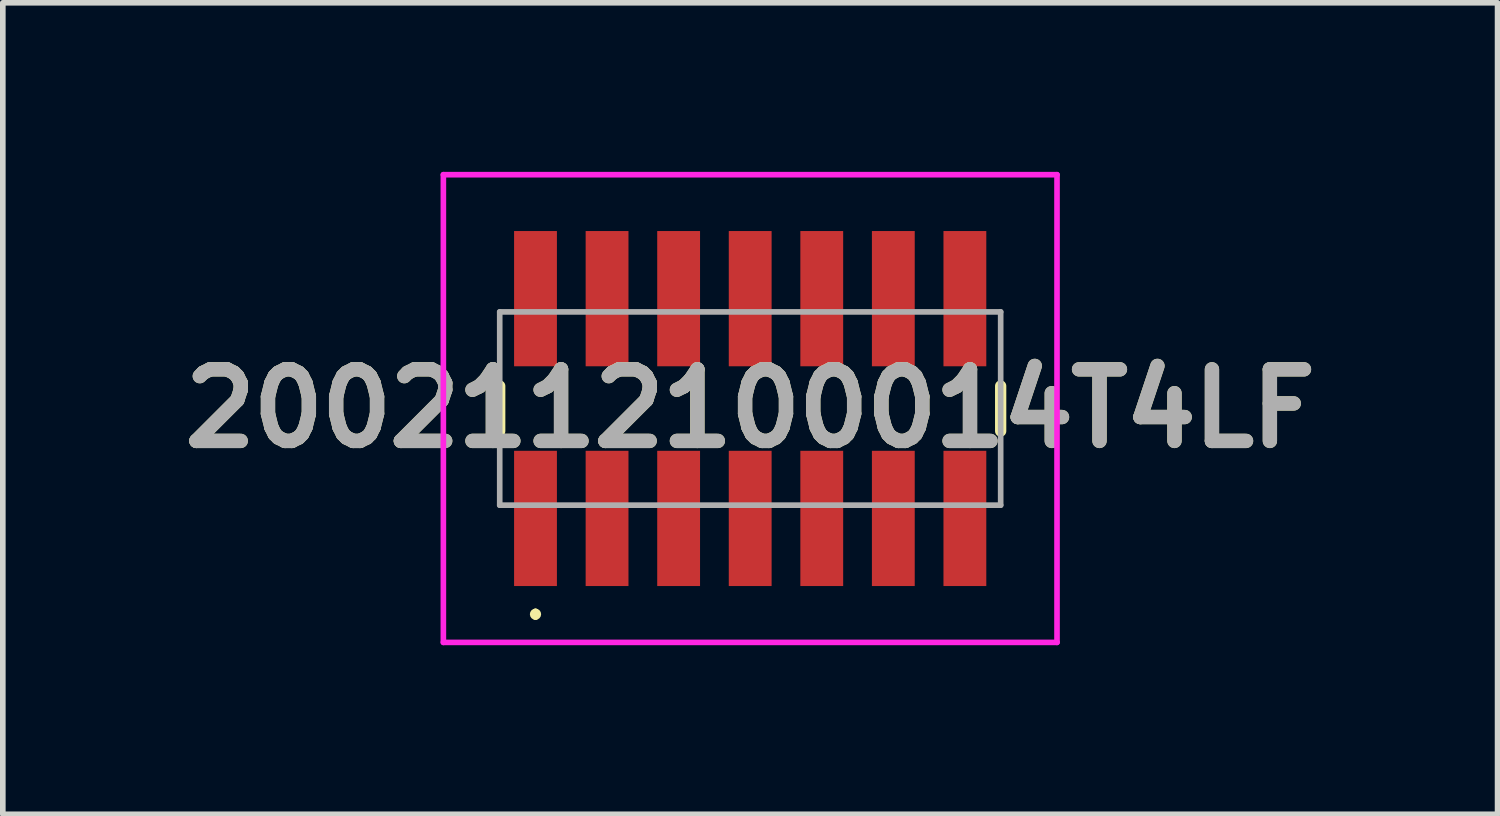
<source format=kicad_pcb>
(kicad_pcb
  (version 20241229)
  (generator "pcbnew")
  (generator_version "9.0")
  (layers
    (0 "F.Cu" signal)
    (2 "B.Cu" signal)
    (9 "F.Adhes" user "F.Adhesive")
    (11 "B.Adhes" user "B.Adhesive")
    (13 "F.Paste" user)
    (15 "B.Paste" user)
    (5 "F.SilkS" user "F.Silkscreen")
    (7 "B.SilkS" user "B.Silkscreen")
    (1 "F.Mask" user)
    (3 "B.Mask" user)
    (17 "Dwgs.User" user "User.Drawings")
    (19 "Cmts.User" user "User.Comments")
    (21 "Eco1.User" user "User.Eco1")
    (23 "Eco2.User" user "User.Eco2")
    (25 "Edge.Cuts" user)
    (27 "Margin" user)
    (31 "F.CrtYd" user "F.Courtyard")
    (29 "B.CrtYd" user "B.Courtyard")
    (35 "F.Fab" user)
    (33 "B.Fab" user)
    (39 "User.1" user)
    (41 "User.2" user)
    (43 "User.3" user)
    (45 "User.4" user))
  (footprint "2002112100014T4LF"
    (layer "F.Cu")
    (at 10.263 4.2)
    (property "Reference" "2002112100014T4LF" (at 0 0 0) (layer "F.SilkS") (effects (font (size 1.27 1.27) (thickness 0.254))))
    (attr smd)
    (fp_line (start -4.445 -0.4) (end -4.445 0.4) (stroke (width 0.2) (type solid)) (layer "F.SilkS"))
    (fp_line (start -3.81 3.6) (end -3.81 3.6) (stroke (width 0.1) (type solid)) (layer "F.SilkS"))
    (fp_line (start -3.81 3.7) (end -3.81 3.7) (stroke (width 0.1) (type solid)) (layer "F.SilkS"))
    (fp_line (start 4.445 -0.4) (end 4.445 0.4) (stroke (width 0.2) (type solid)) (layer "F.SilkS"))
    (fp_arc (start -3.81 3.6) (mid -3.76 3.65) (end -3.81 3.7) (stroke (width 0.1) (type solid)) (layer "F.SilkS"))
    (fp_arc (start -3.81 3.7) (mid -3.86 3.65) (end -3.81 3.6) (stroke (width 0.1) (type solid)) (layer "F.SilkS"))
    (fp_line (start -5.445 -4.15) (end 5.445 -4.15) (stroke (width 0.1) (type solid)) (layer "F.CrtYd"))
    (fp_line (start -5.445 4.15) (end -5.445 -4.15) (stroke (width 0.1) (type solid)) (layer "F.CrtYd"))
    (fp_line (start 5.445 -4.15) (end 5.445 4.15) (stroke (width 0.1) (type solid)) (layer "F.CrtYd"))
    (fp_line (start 5.445 4.15) (end -5.445 4.15) (stroke (width 0.1) (type solid)) (layer "F.CrtYd"))
    (fp_line (start -4.445 -1.715) (end 4.445 -1.715) (stroke (width 0.1) (type solid)) (layer "F.Fab"))
    (fp_line (start -4.445 1.715) (end -4.445 -1.715) (stroke (width 0.1) (type solid)) (layer "F.Fab"))
    (fp_line (start 4.445 -1.715) (end 4.445 1.715) (stroke (width 0.1) (type solid)) (layer "F.Fab"))
    (fp_line (start 4.445 1.715) (end -4.445 1.715) (stroke (width 0.1) (type solid)) (layer "F.Fab"))
    (fp_text user "${REFERENCE}" (at 0 0 0) (layer "F.Fab") (effects (font (size 1.27 1.27) (thickness 0.254))))
    (pad "1" smd rect (at -3.81 1.95) (size 0.76 2.4) (layers "F.Cu" "F.Mask" "F.Paste"))
    (pad "2" smd rect (at -3.81 -1.95) (size 0.76 2.4) (layers "F.Cu" "F.Mask" "F.Paste"))
    (pad "3" smd rect (at -2.54 1.95) (size 0.76 2.4) (layers "F.Cu" "F.Mask" "F.Paste"))
    (pad "4" smd rect (at -2.54 -1.95) (size 0.76 2.4) (layers "F.Cu" "F.Mask" "F.Paste"))
    (pad "5" smd rect (at -1.27 1.95) (size 0.76 2.4) (layers "F.Cu" "F.Mask" "F.Paste"))
    (pad "6" smd rect (at -1.27 -1.95) (size 0.76 2.4) (layers "F.Cu" "F.Mask" "F.Paste"))
    (pad "7" smd rect (at 0 1.95) (size 0.76 2.4) (layers "F.Cu" "F.Mask" "F.Paste"))
    (pad "8" smd rect (at 0 -1.95) (size 0.76 2.4) (layers "F.Cu" "F.Mask" "F.Paste"))
    (pad "9" smd rect (at 1.27 1.95) (size 0.76 2.4) (layers "F.Cu" "F.Mask" "F.Paste"))
    (pad "10" smd rect (at 1.27 -1.95) (size 0.76 2.4) (layers "F.Cu" "F.Mask" "F.Paste"))
    (pad "11" smd rect (at 2.54 1.95) (size 0.76 2.4) (layers "F.Cu" "F.Mask" "F.Paste"))
    (pad "12" smd rect (at 2.54 -1.95) (size 0.76 2.4) (layers "F.Cu" "F.Mask" "F.Paste"))
    (pad "13" smd rect (at 3.81 1.95) (size 0.76 2.4) (layers "F.Cu" "F.Mask" "F.Paste"))
    (pad "14" smd rect (at 3.81 -1.95) (size 0.76 2.4) (layers "F.Cu" "F.Mask" "F.Paste")))
  (gr_rect
    (start -3 -3)
    (end 23.526 11.4)
    (stroke (width 0.1) (type default))
    (fill no)
    (layer "Edge.Cuts")))
</source>
